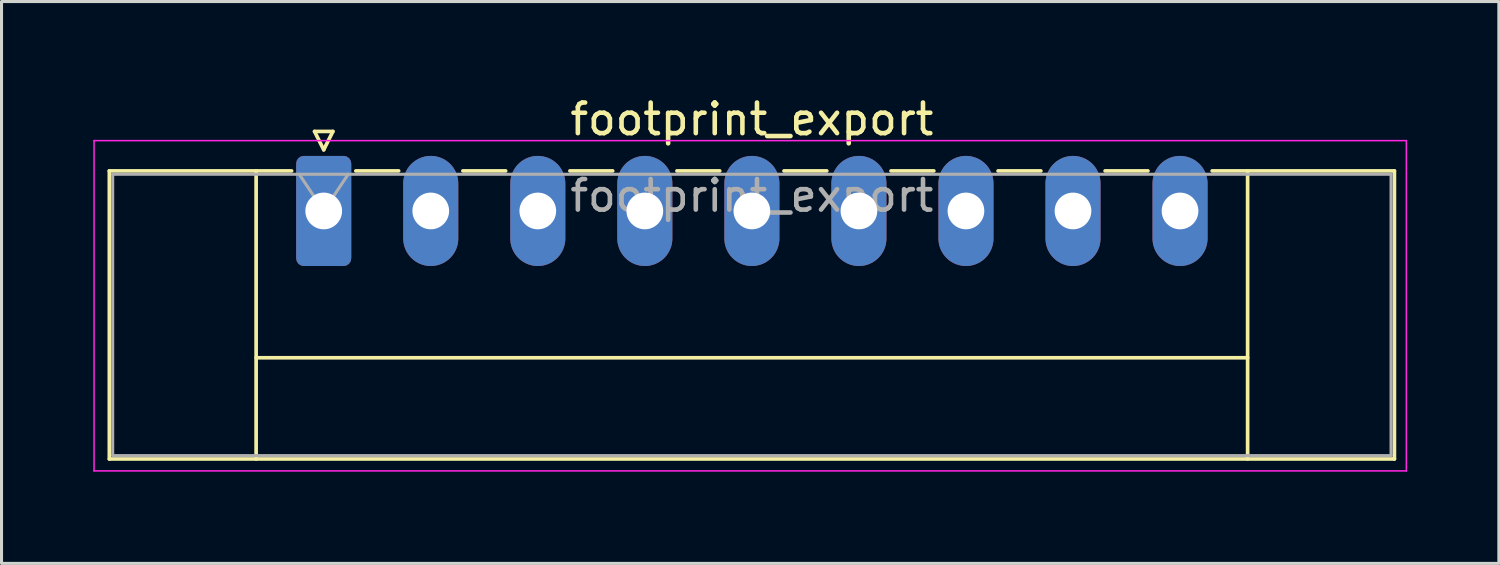
<source format=kicad_pcb>
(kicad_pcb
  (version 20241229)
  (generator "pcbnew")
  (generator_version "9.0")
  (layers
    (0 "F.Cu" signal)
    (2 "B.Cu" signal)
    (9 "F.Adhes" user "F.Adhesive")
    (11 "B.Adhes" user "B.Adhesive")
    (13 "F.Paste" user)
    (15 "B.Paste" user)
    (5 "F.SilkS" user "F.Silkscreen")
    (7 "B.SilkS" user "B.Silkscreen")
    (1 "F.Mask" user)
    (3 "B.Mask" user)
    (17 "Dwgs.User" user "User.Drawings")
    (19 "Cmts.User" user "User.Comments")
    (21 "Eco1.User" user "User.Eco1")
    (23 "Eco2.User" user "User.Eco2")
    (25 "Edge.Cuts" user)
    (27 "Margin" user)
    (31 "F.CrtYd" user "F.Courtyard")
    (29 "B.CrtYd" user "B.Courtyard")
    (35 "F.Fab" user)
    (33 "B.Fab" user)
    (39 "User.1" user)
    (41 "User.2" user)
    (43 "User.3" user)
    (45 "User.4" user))
  (footprint "footprint_export"
    (layer "F.Cu")
    (at 7.535 3.848)
    (property "Reference" "footprint_export" (at 14 -3 0) (layer "F.SilkS") (effects (font (size 1 1) (thickness 0.15))))
    (attr through_hole)
    (fp_line (start -7.01 -1.31) (end -7.01 8.11) (stroke (width 0.12) (type solid)) (layer "F.SilkS"))
    (fp_line (start -7.01 -1.31) (end -1.05 -1.31) (stroke (width 0.12) (type solid)) (layer "F.SilkS"))
    (fp_line (start -7.01 8.11) (end 35.01 8.11) (stroke (width 0.12) (type solid)) (layer "F.SilkS"))
    (fp_line (start -2.21 -1.31) (end -2.21 8.11) (stroke (width 0.12) (type solid)) (layer "F.SilkS"))
    (fp_line (start -2.21 4.8) (end 30.21 4.8) (stroke (width 0.12) (type solid)) (layer "F.SilkS"))
    (fp_line (start -0.3 -2.6) (end 0.3 -2.6) (stroke (width 0.12) (type solid)) (layer "F.SilkS"))
    (fp_line (start 0 -2) (end -0.3 -2.6) (stroke (width 0.12) (type solid)) (layer "F.SilkS"))
    (fp_line (start 0.3 -2.6) (end 0 -2) (stroke (width 0.12) (type solid)) (layer "F.SilkS"))
    (fp_line (start 1.05 -1.31) (end 2.45 -1.31) (stroke (width 0.12) (type solid)) (layer "F.SilkS"))
    (fp_line (start 4.55 -1.31) (end 5.95 -1.31) (stroke (width 0.12) (type solid)) (layer "F.SilkS"))
    (fp_line (start 8.05 -1.31) (end 9.45 -1.31) (stroke (width 0.12) (type solid)) (layer "F.SilkS"))
    (fp_line (start 11.55 -1.31) (end 12.95 -1.31) (stroke (width 0.12) (type solid)) (layer "F.SilkS"))
    (fp_line (start 15.05 -1.31) (end 16.45 -1.31) (stroke (width 0.12) (type solid)) (layer "F.SilkS"))
    (fp_line (start 18.55 -1.31) (end 19.95 -1.31) (stroke (width 0.12) (type solid)) (layer "F.SilkS"))
    (fp_line (start 22.05 -1.31) (end 23.45 -1.31) (stroke (width 0.12) (type solid)) (layer "F.SilkS"))
    (fp_line (start 25.55 -1.31) (end 26.95 -1.31) (stroke (width 0.12) (type solid)) (layer "F.SilkS"))
    (fp_line (start 30.21 -1.31) (end 30.21 8.11) (stroke (width 0.12) (type solid)) (layer "F.SilkS"))
    (fp_line (start 35.01 -1.31) (end 29.05 -1.31) (stroke (width 0.12) (type solid)) (layer "F.SilkS"))
    (fp_line (start 35.01 8.11) (end 35.01 -1.31) (stroke (width 0.12) (type solid)) (layer "F.SilkS"))
    (fp_line (start -7.51 -2.3) (end -7.51 8.5) (stroke (width 0.05) (type solid)) (layer "F.CrtYd"))
    (fp_line (start -7.51 8.5) (end 35.4 8.5) (stroke (width 0.05) (type solid)) (layer "F.CrtYd"))
    (fp_line (start 35.4 -2.3) (end -7.51 -2.3) (stroke (width 0.05) (type solid)) (layer "F.CrtYd"))
    (fp_line (start 35.4 8.5) (end 35.4 -2.3) (stroke (width 0.05) (type solid)) (layer "F.CrtYd"))
    (fp_line (start -6.9 -1.2) (end -6.9 8) (stroke (width 0.1) (type solid)) (layer "F.Fab"))
    (fp_line (start -6.9 8) (end 34.9 8) (stroke (width 0.1) (type solid)) (layer "F.Fab"))
    (fp_line (start 0 0) (end -0.8 -1.2) (stroke (width 0.1) (type solid)) (layer "F.Fab"))
    (fp_line (start 0.8 -1.2) (end 0 0) (stroke (width 0.1) (type solid)) (layer "F.Fab"))
    (fp_line (start 34.9 -1.2) (end -6.9 -1.2) (stroke (width 0.1) (type solid)) (layer "F.Fab"))
    (fp_line (start 34.9 8) (end 34.9 -1.2) (stroke (width 0.1) (type solid)) (layer "F.Fab"))
    (fp_text user "${REFERENCE}" (at 14 -0.5 0) (layer "F.Fab") (effects (font (size 1 1) (thickness 0.15))))
    (pad "1" thru_hole roundrect (at 0 0) (size 1.8 3.6) (drill 1.2) (layers "*.Cu" "*.Mask") (roundrect_rratio 0.139))
    (pad "2" thru_hole oval (at 3.5 0) (size 1.8 3.6) (drill 1.2) (layers "*.Cu" "*.Mask"))
    (pad "3" thru_hole oval (at 7 0) (size 1.8 3.6) (drill 1.2) (layers "*.Cu" "*.Mask"))
    (pad "4" thru_hole oval (at 10.5 0) (size 1.8 3.6) (drill 1.2) (layers "*.Cu" "*.Mask"))
    (pad "5" thru_hole oval (at 14 0) (size 1.8 3.6) (drill 1.2) (layers "*.Cu" "*.Mask"))
    (pad "6" thru_hole oval (at 17.5 0) (size 1.8 3.6) (drill 1.2) (layers "*.Cu" "*.Mask"))
    (pad "7" thru_hole oval (at 21 0) (size 1.8 3.6) (drill 1.2) (layers "*.Cu" "*.Mask"))
    (pad "8" thru_hole oval (at 24.5 0) (size 1.8 3.6) (drill 1.2) (layers "*.Cu" "*.Mask"))
    (pad "9" thru_hole oval (at 28 0) (size 1.8 3.6) (drill 1.2) (layers "*.Cu" "*.Mask")))
  (gr_rect
    (start -3 -3)
    (end 45.96 15.373)
    (stroke (width 0.1) (type default))
    (fill no)
    (layer "Edge.Cuts")))
</source>
